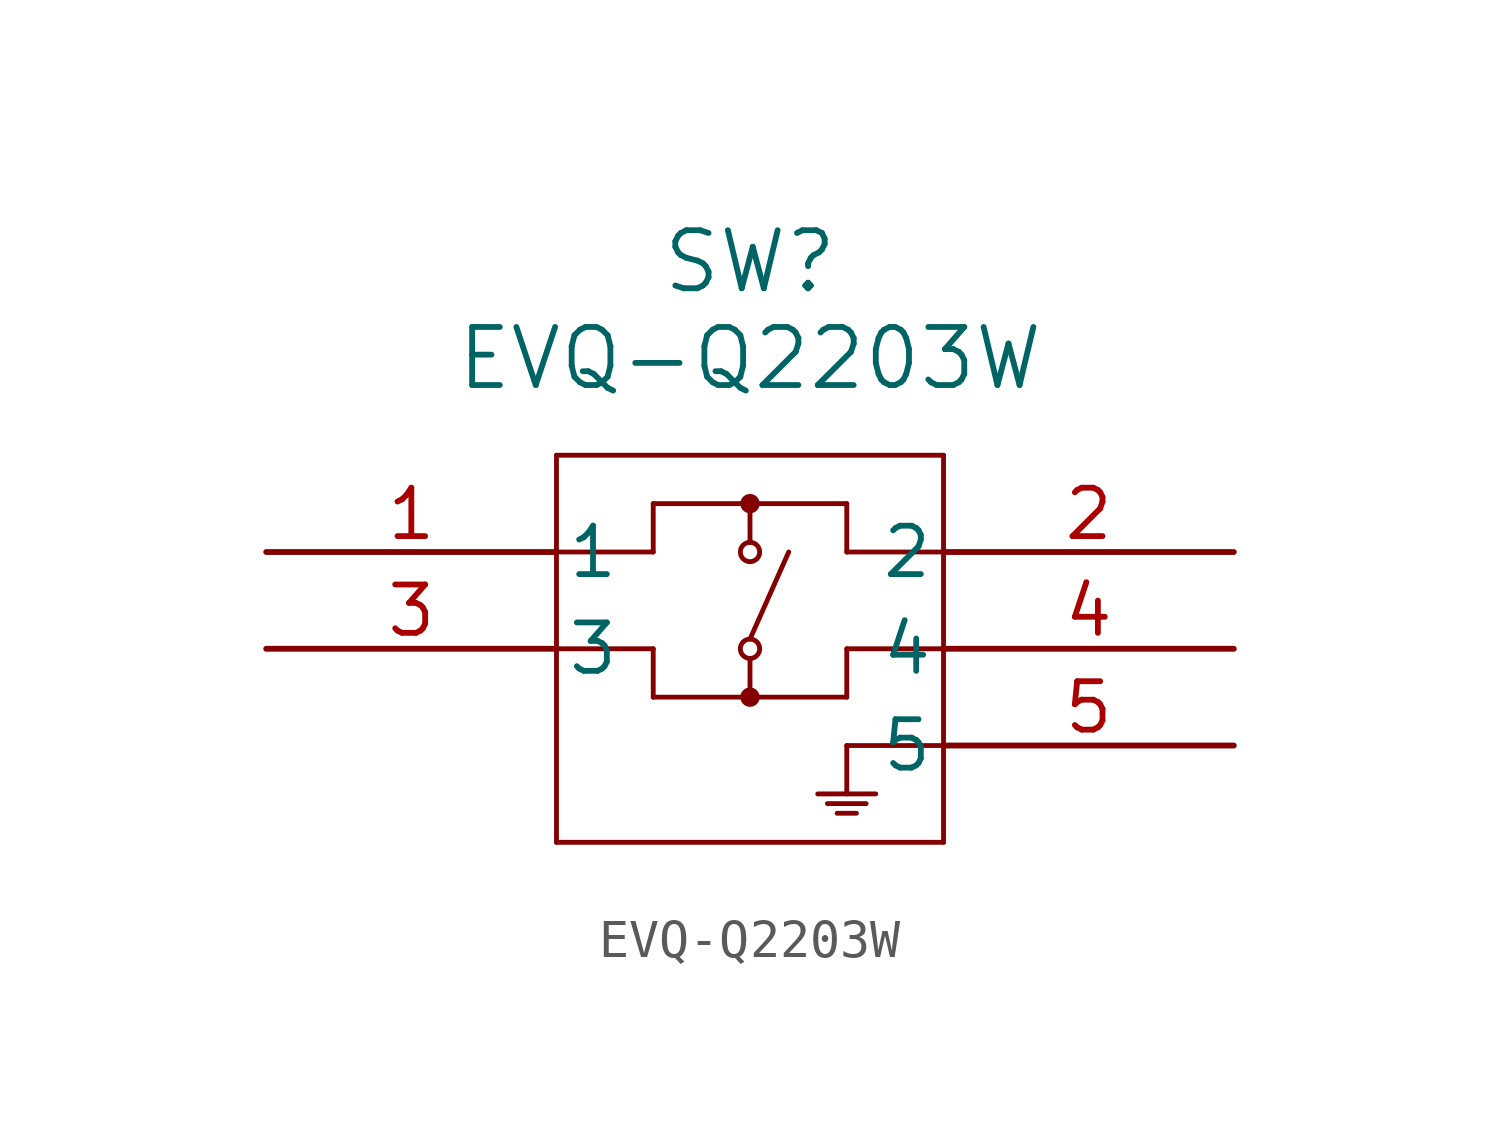
<source format=kicad_sym>
(kicad_symbol_lib
  (version 20211014)
  (generator kicad_symbol_editor)
  (symbol "EVQ-Q2203W"
    (pin_names
      (offset 0.254))
    (property "Reference" "SW"
      (at 12.7 7.62 0)
      (effects (font (size 1.524 1.524))))
    (property "Value" "EVQ-Q2203W"
      (at 12.7 5.08 0)
      (effects (font (size 1.524 1.524))))
    (symbol "EVQ-Q2203W_0_1"
      (polyline (pts (xy 7.62 2.54) (xy 7.62 -7.62)) (stroke (width 0.127) (type default) (color 0 0 0 0)) (fill (type none)))
      (polyline (pts (xy 7.62 -7.62) (xy 17.78 -7.62)) (stroke (width 0.127) (type default) (color 0 0 0 0)) (fill (type none)))
      (polyline (pts (xy 17.78 2.54) (xy 7.62 2.54)) (stroke (width 0.127) (type default) (color 0 0 0 0)) (fill (type none)))
      (polyline (pts (xy 7.62 0) (xy 10.16 0)) (stroke (width 0.127) (type default) (color 0 0 0 0)) (fill (type none)))
      (polyline (pts (xy 10.16 0) (xy 10.16 1.27)) (stroke (width 0.127) (type default) (color 0 0 0 0)) (fill (type none)))
      (polyline (pts (xy 10.16 1.27) (xy 15.24 1.27)) (stroke (width 0.127) (type default) (color 0 0 0 0)) (fill (type none)))
      (polyline (pts (xy 17.78 -7.62) (xy 17.78 2.54)) (stroke (width 0.127) (type default) (color 0 0 0 0)) (fill (type none)))
      (polyline (pts (xy 15.24 1.27) (xy 15.24 0)) (stroke (width 0.127) (type default) (color 0 0 0 0)) (fill (type none)))
      (polyline (pts (xy 15.24 0) (xy 17.78 0)) (stroke (width 0.127) (type default) (color 0 0 0 0)) (fill (type none)))
      (polyline (pts (xy 17.78 -2.54) (xy 15.24 -2.54)) (stroke (width 0.127) (type default) (color 0 0 0 0)) (fill (type none)))
      (polyline (pts (xy 15.24 -3.81) (xy 10.16 -3.81)) (stroke (width 0.127) (type default) (color 0 0 0 0)) (fill (type none)))
      (polyline (pts (xy 10.16 -3.81) (xy 10.16 -2.54)) (stroke (width 0.127) (type default) (color 0 0 0 0)) (fill (type none)))
      (polyline (pts (xy 10.16 -2.54) (xy 7.62 -2.54)) (stroke (width 0.127) (type default) (color 0 0 0 0)) (fill (type none)))
      (polyline (pts (xy 12.7 1.27) (xy 12.7 0.254)) (stroke (width 0.127) (type default) (color 0 0 0 0)) (fill (type none)))
      (polyline (pts (xy 12.7 -2.794) (xy 12.7 -3.81)) (stroke (width 0.127) (type default) (color 0 0 0 0)) (fill (type none)))
      (circle (center 12.7 0) (radius 0.254) (stroke (width 0.127) (type default) (color 0 0 0 0)) (fill (type none)))
      (circle (center 12.7 -2.54) (radius 0.254) (stroke (width 0.127) (type default) (color 0 0 0 0)) (fill (type none)))
      (polyline (pts (xy 13.716 0) (xy 12.7 -2.286)) (stroke (width 0.127) (type default) (color 0 0 0 0)) (fill (type none)))
      (polyline (pts (xy 15.24 -2.54) (xy 15.24 -3.81)) (stroke (width 0.127) (type default) (color 0 0 0 0)) (fill (type none)))
      (polyline (pts (xy 17.78 -5.08) (xy 15.24 -5.08)) (stroke (width 0.127) (type default) (color 0 0 0 0)) (fill (type none)))
      (polyline (pts (xy 15.24 -5.08) (xy 15.24 -6.35)) (stroke (width 0.127) (type default) (color 0 0 0 0)) (fill (type none)))
      (polyline (pts (xy 14.986 -6.858) (xy 15.494 -6.858)) (stroke (width 0.127) (type default) (color 0 0 0 0)) (fill (type none)))
      (polyline (pts (xy 15.748 -6.604) (xy 14.732 -6.604)) (stroke (width 0.127) (type default) (color 0 0 0 0)) (fill (type none)))
      (polyline (pts (xy 14.478 -6.35) (xy 16.002 -6.35)) (stroke (width 0.127) (type default) (color 0 0 0 0)) (fill (type none)))
      (circle (center 12.7 -3.81) (radius 0.127) (stroke (width 0.254) (type default) (color 0 0 0 0)) (fill (type none)))
      (circle (center 12.7 1.27) (radius 0.127) (stroke (width 0.254) (type default) (color 0 0 0 0)) (fill (type none)))
      (pin unspecified line (at 0 0 0) (length 7.62) (name "1" (effects (font (size 1.27 1.27)))) (number "1" (effects (font (size 1.27 1.27)))))
      (pin unspecified line (at 25.4 0 180) (length 7.62) (name "2" (effects (font (size 1.27 1.27)))) (number "2" (effects (font (size 1.27 1.27)))))
      (pin unspecified line (at 0 -2.54 0) (length 7.62) (name "3" (effects (font (size 1.27 1.27)))) (number "3" (effects (font (size 1.27 1.27)))))
      (pin unspecified line (at 25.4 -2.54 180) (length 7.62) (name "4" (effects (font (size 1.27 1.27)))) (number "4" (effects (font (size 1.27 1.27)))))
      (pin unspecified line (at 25.4 -5.08 180) (length 7.62) (name "5" (effects (font (size 1.27 1.27)))) (number "5" (effects (font (size 1.27 1.27))))))))
</source>
